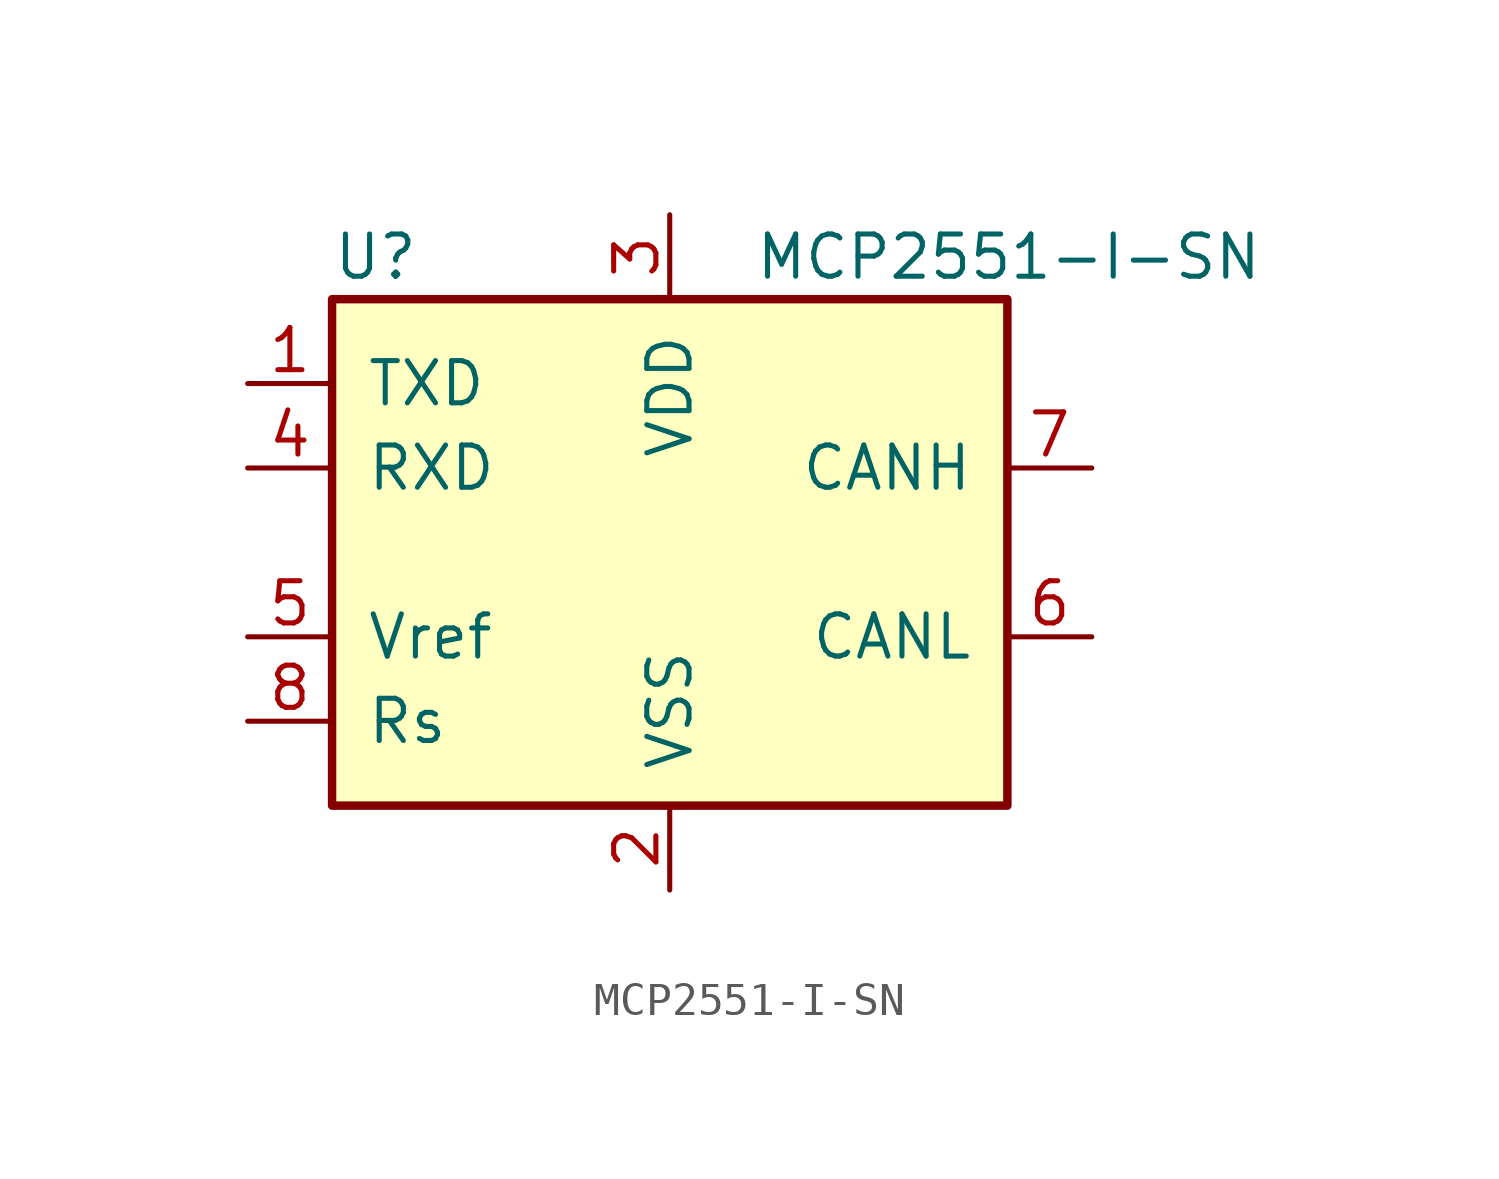
<source format=kicad_sym>
(kicad_symbol_lib
  (version 20231120)
  (generator "kicad_symbol_editor")
  (generator_version "8.0")
  (symbol "MCP2551-I-SN"
    (pin_names
      (offset 1.016))
    (property "Reference" "U"
      (at -10.16 8.89 0)
      (effects (font (size 1.27 1.27)) (justify left)))
    (property "Value" "MCP2551-I-SN"
      (at 2.54 8.89 0)
      (effects (font (size 1.27 1.27)) (justify left)))
    (symbol "MCP2551-I-SN_0_1"
      (rectangle (start -10.16 7.62) (end 10.16 -7.62) (stroke (width 0.254) (type default)) (fill (type background))))
    (symbol "MCP2551-I-SN_1_1"
      (pin input line (at -12.7 5.08 0) (length 2.54) (name "TXD" (effects (font (size 1.27 1.27)))) (number "1" (effects (font (size 1.27 1.27)))))
      (pin power_in line (at 0 -10.16 90) (length 2.54) (name "VSS" (effects (font (size 1.27 1.27)))) (number "2" (effects (font (size 1.27 1.27)))))
      (pin power_in line (at 0 10.16 270) (length 2.54) (name "VDD" (effects (font (size 1.27 1.27)))) (number "3" (effects (font (size 1.27 1.27)))))
      (pin output line (at -12.7 2.54 0) (length 2.54) (name "RXD" (effects (font (size 1.27 1.27)))) (number "4" (effects (font (size 1.27 1.27)))))
      (pin power_out line (at -12.7 -2.54 0) (length 2.54) (name "Vref" (effects (font (size 1.27 1.27)))) (number "5" (effects (font (size 1.27 1.27)))))
      (pin bidirectional line (at 12.7 -2.54 180) (length 2.54) (name "CANL" (effects (font (size 1.27 1.27)))) (number "6" (effects (font (size 1.27 1.27)))))
      (pin bidirectional line (at 12.7 2.54 180) (length 2.54) (name "CANH" (effects (font (size 1.27 1.27)))) (number "7" (effects (font (size 1.27 1.27)))))
      (pin input line (at -12.7 -5.08 0) (length 2.54) (name "Rs" (effects (font (size 1.27 1.27)))) (number "8" (effects (font (size 1.27 1.27))))))))
</source>
